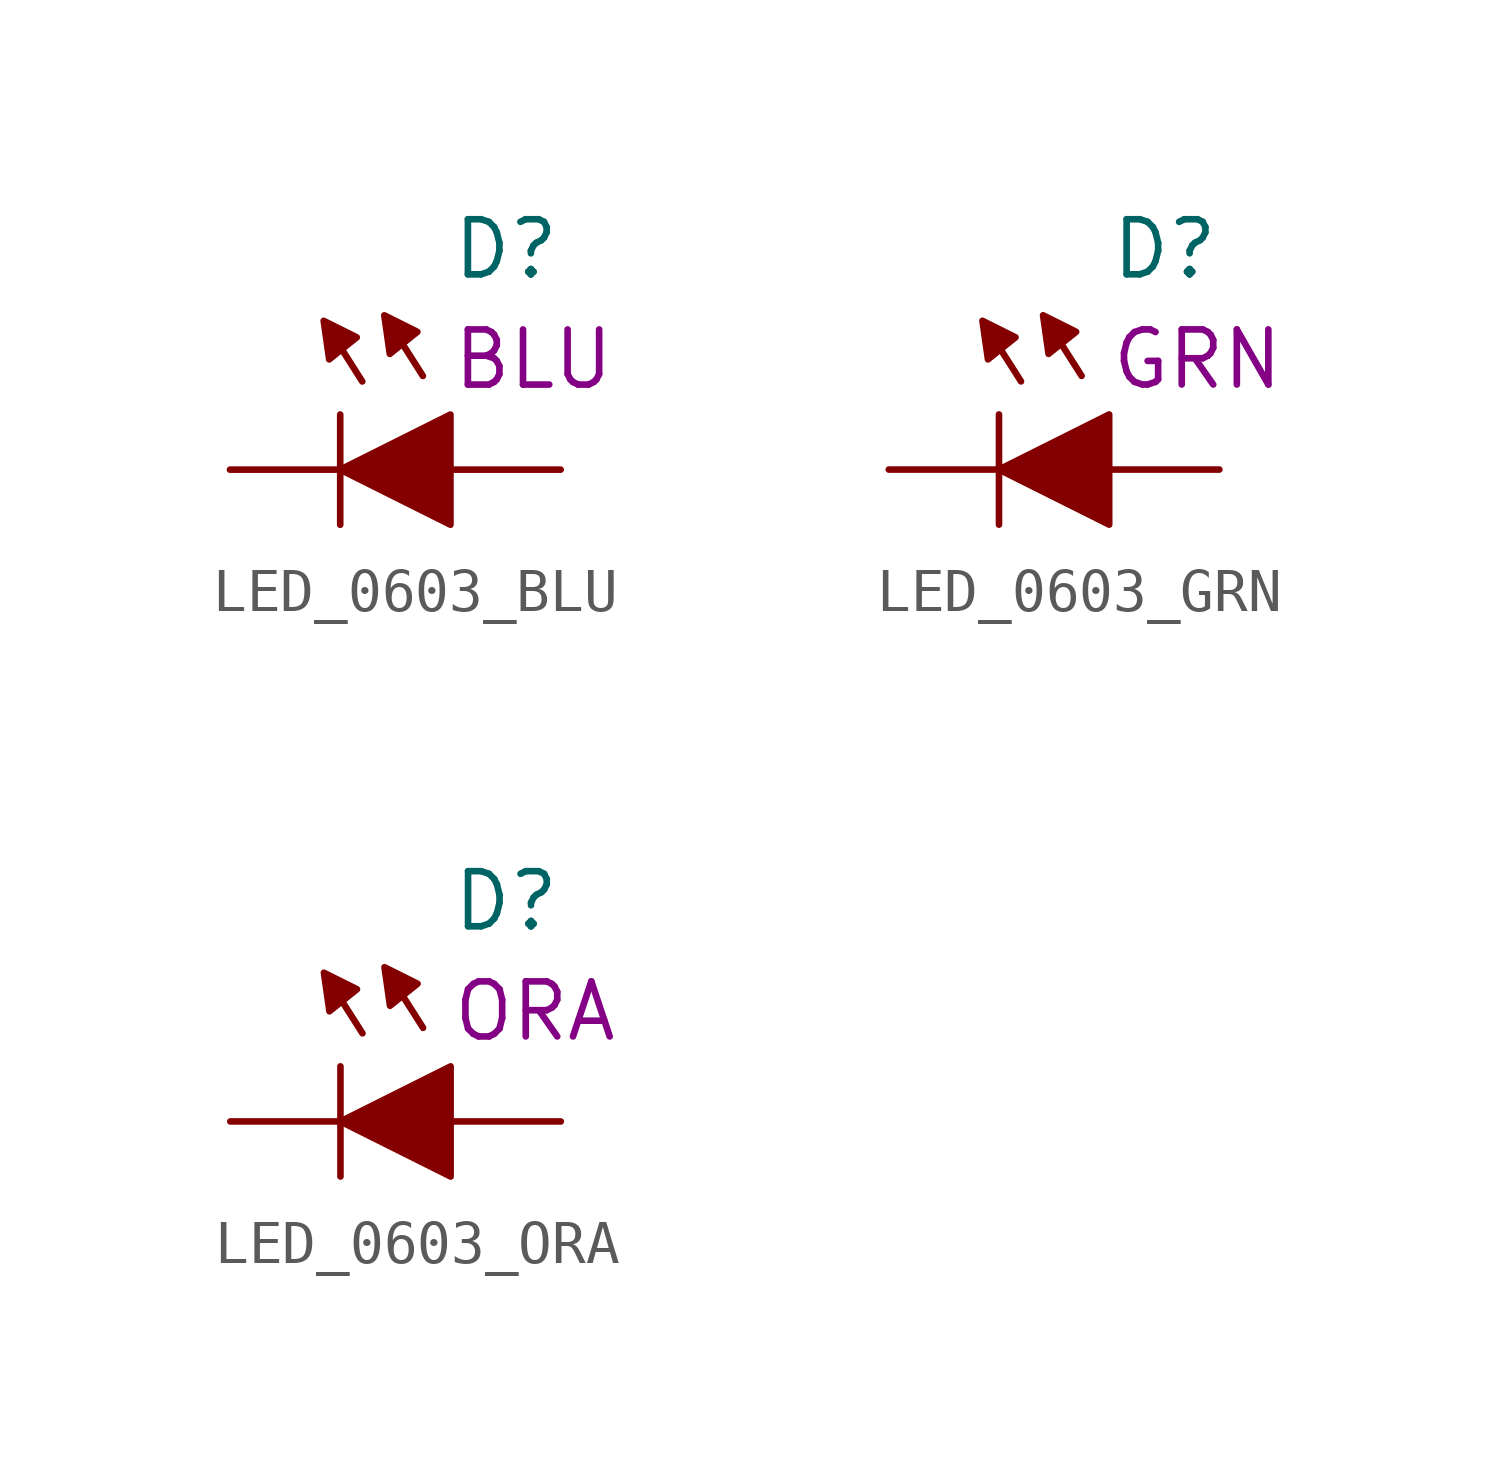
<source format=kicad_sym>
(kicad_symbol_lib
  (version 20211014)
  (generator kicad_symbol_editor)
  (symbol "LED_0603_BLU"
    (pin_numbers hide)
    (pin_names
      (offset 0) hide)
    (property "Reference" "D"
      (at 0 5.08 0)
      (effects (font (size 1.27 1.27)) (justify left)))
    (property "Displayed Value" "BLU"
      (at 0 2.54 0)
      (effects (font (size 1.27 1.27)) (justify left)))
    (symbol "LED_0603_BLU_0_1"
      (polyline (pts (xy -2.54 1.27) (xy -2.54 -1.27)) (stroke (width 0) (type default) (color 0 0 0 0)) (fill (type none)))
      (polyline (pts (xy -2.54 0) (xy 0 1.27) (xy 0 -1.27) (xy -2.54 0)) (stroke (width 0) (type default) (color 0 0 0 0)) (fill (type outline)))
      (polyline (pts (xy -2.032 2.032) (xy -2.921 3.429) (xy -2.794 2.54) (xy -2.159 3.048) (xy -2.921 3.429)) (stroke (width 0) (type default) (color 0 0 0 0)) (fill (type outline)))
      (polyline (pts (xy -0.635 2.159) (xy -1.524 3.556) (xy -1.397 2.667) (xy -0.762 3.175) (xy -1.524 3.556)) (stroke (width 0) (type default) (color 0 0 0 0)) (fill (type outline))))
    (symbol "LED_0603_BLU_1_1"
      (pin passive line (at -5.08 0 0) (length 2.794) (name "~" (effects (font (size 1.27 1.27)))) (number "1" (effects (font (size 1.27 1.27)))))
      (pin passive line (at 2.54 0 180) (length 2.794) (name "~" (effects (font (size 1.27 1.27)))) (number "2" (effects (font (size 1.27 1.27)))))))
  (symbol "LED_0603_GRN"
    (pin_numbers hide)
    (pin_names
      (offset 0) hide)
    (property "Reference" "D"
      (at 0 5.08 0)
      (effects (font (size 1.27 1.27)) (justify left)))
    (property "Displayed Value" "GRN"
      (at 0 2.54 0)
      (effects (font (size 1.27 1.27)) (justify left)))
    (symbol "LED_0603_GRN_0_1"
      (polyline (pts (xy -2.54 1.27) (xy -2.54 -1.27)) (stroke (width 0) (type default) (color 0 0 0 0)) (fill (type none)))
      (polyline (pts (xy -2.54 0) (xy 0 1.27) (xy 0 -1.27) (xy -2.54 0)) (stroke (width 0) (type default) (color 0 0 0 0)) (fill (type outline)))
      (polyline (pts (xy -2.032 2.032) (xy -2.921 3.429) (xy -2.794 2.54) (xy -2.159 3.048) (xy -2.921 3.429)) (stroke (width 0) (type default) (color 0 0 0 0)) (fill (type outline)))
      (polyline (pts (xy -0.635 2.159) (xy -1.524 3.556) (xy -1.397 2.667) (xy -0.762 3.175) (xy -1.524 3.556)) (stroke (width 0) (type default) (color 0 0 0 0)) (fill (type outline))))
    (symbol "LED_0603_GRN_1_1"
      (pin passive line (at -5.08 0 0) (length 2.794) (name "~" (effects (font (size 1.27 1.27)))) (number "1" (effects (font (size 1.27 1.27)))))
      (pin passive line (at 2.54 0 180) (length 2.794) (name "~" (effects (font (size 1.27 1.27)))) (number "2" (effects (font (size 1.27 1.27)))))))
  (symbol "LED_0603_ORA"
    (pin_numbers hide)
    (pin_names
      (offset 0) hide)
    (property "Reference" "D"
      (at 0 5.08 0)
      (effects (font (size 1.27 1.27)) (justify left)))
    (property "Displayed Value" "ORA"
      (at 0 2.54 0)
      (effects (font (size 1.27 1.27)) (justify left)))
    (symbol "LED_0603_ORA_0_1"
      (polyline (pts (xy -2.54 1.27) (xy -2.54 -1.27)) (stroke (width 0) (type default) (color 0 0 0 0)) (fill (type none)))
      (polyline (pts (xy -2.54 0) (xy 0 1.27) (xy 0 -1.27) (xy -2.54 0)) (stroke (width 0) (type default) (color 0 0 0 0)) (fill (type outline)))
      (polyline (pts (xy -2.032 2.032) (xy -2.921 3.429) (xy -2.794 2.54) (xy -2.159 3.048) (xy -2.921 3.429)) (stroke (width 0) (type default) (color 0 0 0 0)) (fill (type outline)))
      (polyline (pts (xy -0.635 2.159) (xy -1.524 3.556) (xy -1.397 2.667) (xy -0.762 3.175) (xy -1.524 3.556)) (stroke (width 0) (type default) (color 0 0 0 0)) (fill (type outline))))
    (symbol "LED_0603_ORA_1_1"
      (pin passive line (at -5.08 0 0) (length 2.794) (name "~" (effects (font (size 1.27 1.27)))) (number "1" (effects (font (size 1.27 1.27)))))
      (pin passive line (at 2.54 0 180) (length 2.794) (name "~" (effects (font (size 1.27 1.27)))) (number "2" (effects (font (size 1.27 1.27))))))))
</source>
